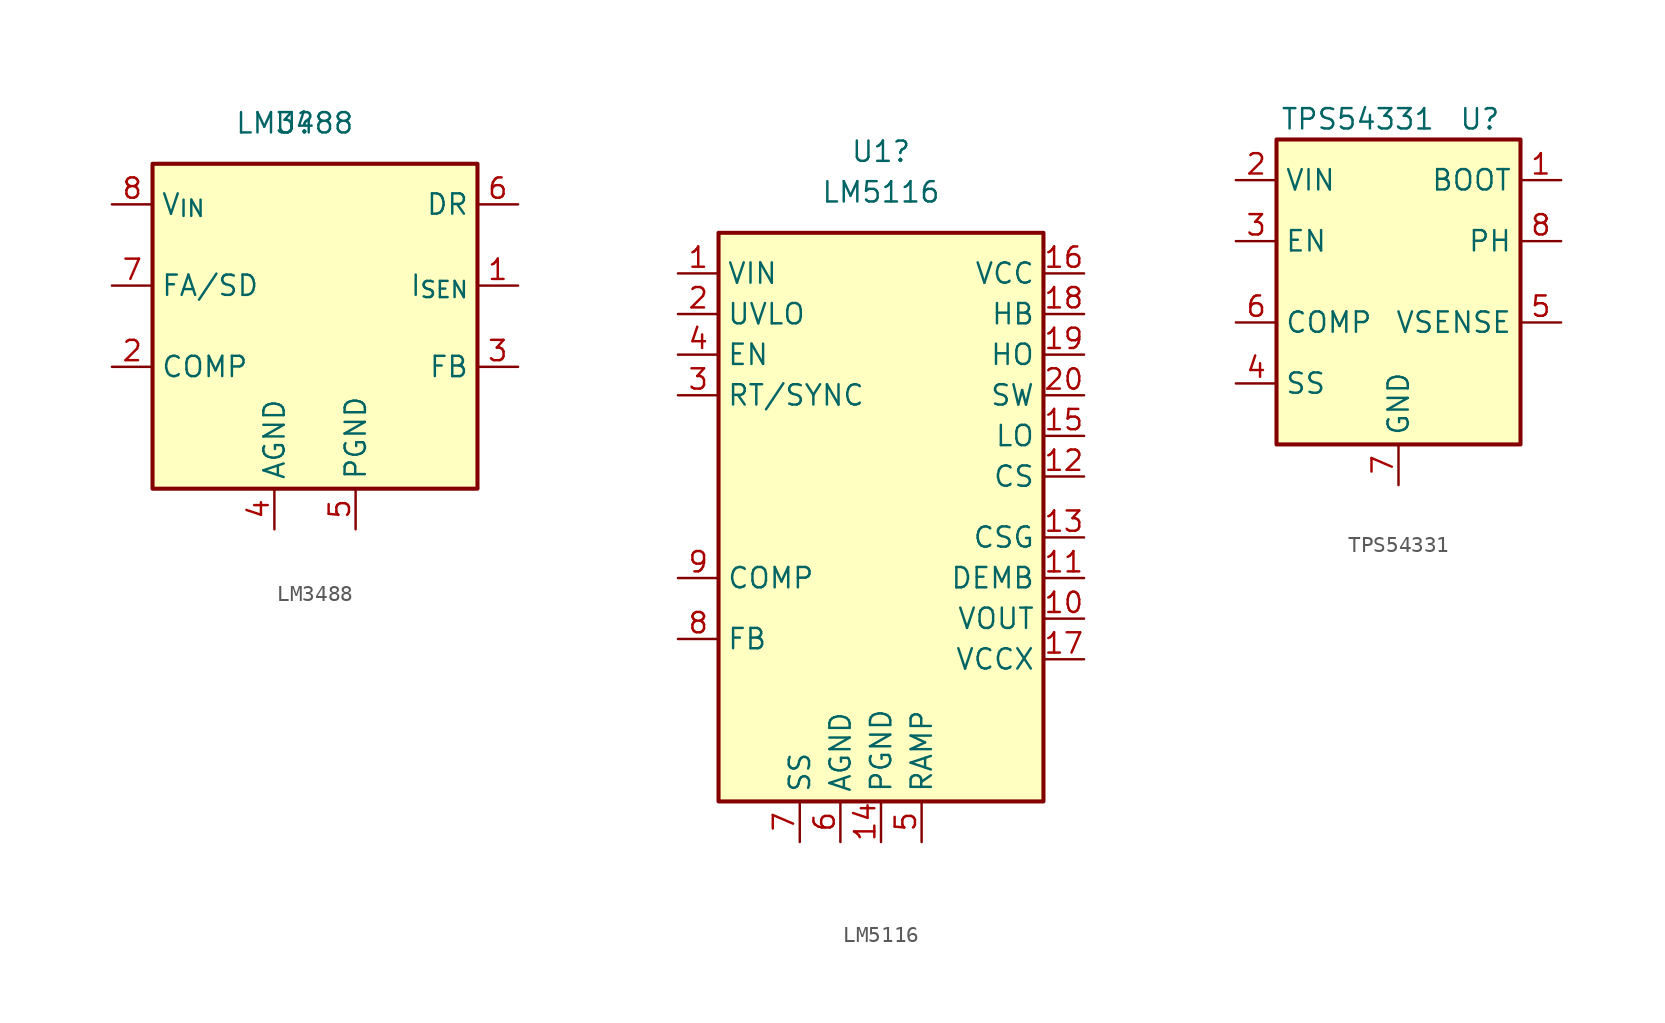
<source format=kicad_sym>
(kicad_symbol_lib
  (version 20220914)
  (generator kicad_symbol_editor)
  (symbol "LM3488"
    (property "Reference" "U"
      (at 0 0 0)
      (effects (font (size 1.27 1.27))))
    (property "Value" "LM3488"
      (at 0 0 0)
      (effects (font (size 1.27 1.27))))
    (symbol "LM3488_0_1"
      (rectangle (start -8.89 -2.54) (end 11.43 -22.86) (stroke (width 0.254) (type default)) (fill (type background))))
    (symbol "LM3488_1_1"
      (pin input line (at 13.97 -10.16 180) (length 2.54) (name "I_{SEN}" (effects (font (size 1.27 1.27)))) (number "1" (effects (font (size 1.27 1.27)))))
      (pin input line (at -11.43 -15.24 0) (length 2.54) (name "COMP" (effects (font (size 1.27 1.27)))) (number "2" (effects (font (size 1.27 1.27)))))
      (pin input line (at 13.97 -15.24 180) (length 2.54) (name "FB" (effects (font (size 1.27 1.27)))) (number "3" (effects (font (size 1.27 1.27)))))
      (pin power_in line (at -1.27 -25.4 90) (length 2.54) (name "AGND" (effects (font (size 1.27 1.27)))) (number "4" (effects (font (size 1.27 1.27)))))
      (pin power_in line (at 3.81 -25.4 90) (length 2.54) (name "PGND" (effects (font (size 1.27 1.27)))) (number "5" (effects (font (size 1.27 1.27)))))
      (pin output line (at 13.97 -5.08 180) (length 2.54) (name "DR" (effects (font (size 1.27 1.27)))) (number "6" (effects (font (size 1.27 1.27)))))
      (pin input line (at -11.43 -10.16 0) (length 2.54) (name "FA/SD" (effects (font (size 1.27 1.27)))) (number "7" (effects (font (size 1.27 1.27)))))
      (pin power_in line (at -11.43 -5.08 0) (length 2.54) (name "V_{IN}" (effects (font (size 1.27 1.27)))) (number "8" (effects (font (size 1.27 1.27)))))))
  (symbol "LM5116"
    (property "Reference" "U1"
      (at 1.27 15.24 0)
      (effects (font (size 1.27 1.27))))
    (property "Value" "LM5116"
      (at 1.27 12.7 0)
      (effects (font (size 1.27 1.27))))
    (symbol "LM5116_0_1"
      (rectangle (start -8.89 10.16) (end 11.43 -25.4) (stroke (width 0.254) (type default)) (fill (type background))))
    (symbol "LM5116_1_1"
      (pin power_in line (at -11.43 7.62 0) (length 2.54) (name "VIN" (effects (font (size 1.27 1.27)))) (number "1" (effects (font (size 1.27 1.27)))))
      (pin input line (at 13.97 -13.97 180) (length 2.54) (name "VOUT" (effects (font (size 1.27 1.27)))) (number "10" (effects (font (size 1.27 1.27)))))
      (pin passive line (at 13.97 -11.43 180) (length 2.54) (name "DEMB" (effects (font (size 1.27 1.27)))) (number "11" (effects (font (size 1.27 1.27)))))
      (pin input line (at 13.97 -5.08 180) (length 2.54) (name "CS" (effects (font (size 1.27 1.27)))) (number "12" (effects (font (size 1.27 1.27)))))
      (pin input line (at 13.97 -8.89 180) (length 2.54) (name "CSG" (effects (font (size 1.27 1.27)))) (number "13" (effects (font (size 1.27 1.27)))))
      (pin power_in line (at 1.27 -27.94 90) (length 2.54) (name "PGND" (effects (font (size 1.27 1.27)))) (number "14" (effects (font (size 1.27 1.27)))))
      (pin output line (at 13.97 -2.54 180) (length 2.54) (name "LO" (effects (font (size 1.27 1.27)))) (number "15" (effects (font (size 1.27 1.27)))))
      (pin power_out line (at 13.97 7.62 180) (length 2.54) (name "VCC" (effects (font (size 1.27 1.27)))) (number "16" (effects (font (size 1.27 1.27)))))
      (pin power_in line (at 13.97 -16.51 180) (length 2.54) (name "VCCX" (effects (font (size 1.27 1.27)))) (number "17" (effects (font (size 1.27 1.27)))))
      (pin passive line (at 13.97 5.08 180) (length 2.54) (name "HB" (effects (font (size 1.27 1.27)))) (number "18" (effects (font (size 1.27 1.27)))))
      (pin output line (at 13.97 2.54 180) (length 2.54) (name "HO" (effects (font (size 1.27 1.27)))) (number "19" (effects (font (size 1.27 1.27)))))
      (pin input line (at -11.43 5.08 0) (length 2.54) (name "UVLO" (effects (font (size 1.27 1.27)))) (number "2" (effects (font (size 1.27 1.27)))))
      (pin passive line (at 13.97 0 180) (length 2.54) (name "SW" (effects (font (size 1.27 1.27)))) (number "20" (effects (font (size 1.27 1.27)))))
      (pin input line (at -11.43 0 0) (length 2.54) (name "RT/SYNC" (effects (font (size 1.27 1.27)))) (number "3" (effects (font (size 1.27 1.27)))))
      (pin input line (at -11.43 2.54 0) (length 2.54) (name "EN" (effects (font (size 1.27 1.27)))) (number "4" (effects (font (size 1.27 1.27)))))
      (pin passive line (at 3.81 -27.94 90) (length 2.54) (name "RAMP" (effects (font (size 1.27 1.27)))) (number "5" (effects (font (size 1.27 1.27)))))
      (pin power_in line (at -1.27 -27.94 90) (length 2.54) (name "AGND" (effects (font (size 1.27 1.27)))) (number "6" (effects (font (size 1.27 1.27)))))
      (pin passive line (at -3.81 -27.94 90) (length 2.54) (name "SS" (effects (font (size 1.27 1.27)))) (number "7" (effects (font (size 1.27 1.27)))))
      (pin input line (at -11.43 -15.24 0) (length 2.54) (name "FB" (effects (font (size 1.27 1.27)))) (number "8" (effects (font (size 1.27 1.27)))))
      (pin output line (at -11.43 -11.43 0) (length 2.54) (name "COMP" (effects (font (size 1.27 1.27)))) (number "9" (effects (font (size 1.27 1.27)))))))
  (symbol "TPS54331"
    (property "Reference" "U"
      (at 5.08 1.27 0)
      (effects (font (size 1.27 1.27))))
    (property "Value" "TPS54331"
      (at -2.54 1.27 0)
      (effects (font (size 1.27 1.27))))
    (symbol "TPS54331_0_1"
      (rectangle (start -7.62 0) (end 7.62 -19.05) (stroke (width 0.254) (type default)) (fill (type background))))
    (symbol "TPS54331_1_1"
      (pin input line (at 10.16 -2.54 180) (length 2.54) (name "BOOT" (effects (font (size 1.27 1.27)))) (number "1" (effects (font (size 1.27 1.27)))))
      (pin power_in line (at -10.16 -2.54 0) (length 2.54) (name "VIN" (effects (font (size 1.27 1.27)))) (number "2" (effects (font (size 1.27 1.27)))))
      (pin input line (at -10.16 -6.35 0) (length 2.54) (name "EN" (effects (font (size 1.27 1.27)))) (number "3" (effects (font (size 1.27 1.27)))))
      (pin input line (at -10.16 -15.24 0) (length 2.54) (name "SS" (effects (font (size 1.27 1.27)))) (number "4" (effects (font (size 1.27 1.27)))))
      (pin input line (at 10.16 -11.43 180) (length 2.54) (name "VSENSE" (effects (font (size 1.27 1.27)))) (number "5" (effects (font (size 1.27 1.27)))))
      (pin passive line (at -10.16 -11.43 0) (length 2.54) (name "COMP" (effects (font (size 1.27 1.27)))) (number "6" (effects (font (size 1.27 1.27)))))
      (pin power_in line (at 0 -21.59 90) (length 2.54) (name "GND" (effects (font (size 1.27 1.27)))) (number "7" (effects (font (size 1.27 1.27)))))
      (pin output line (at 10.16 -6.35 180) (length 2.54) (name "PH" (effects (font (size 1.27 1.27)))) (number "8" (effects (font (size 1.27 1.27))))))))
</source>
